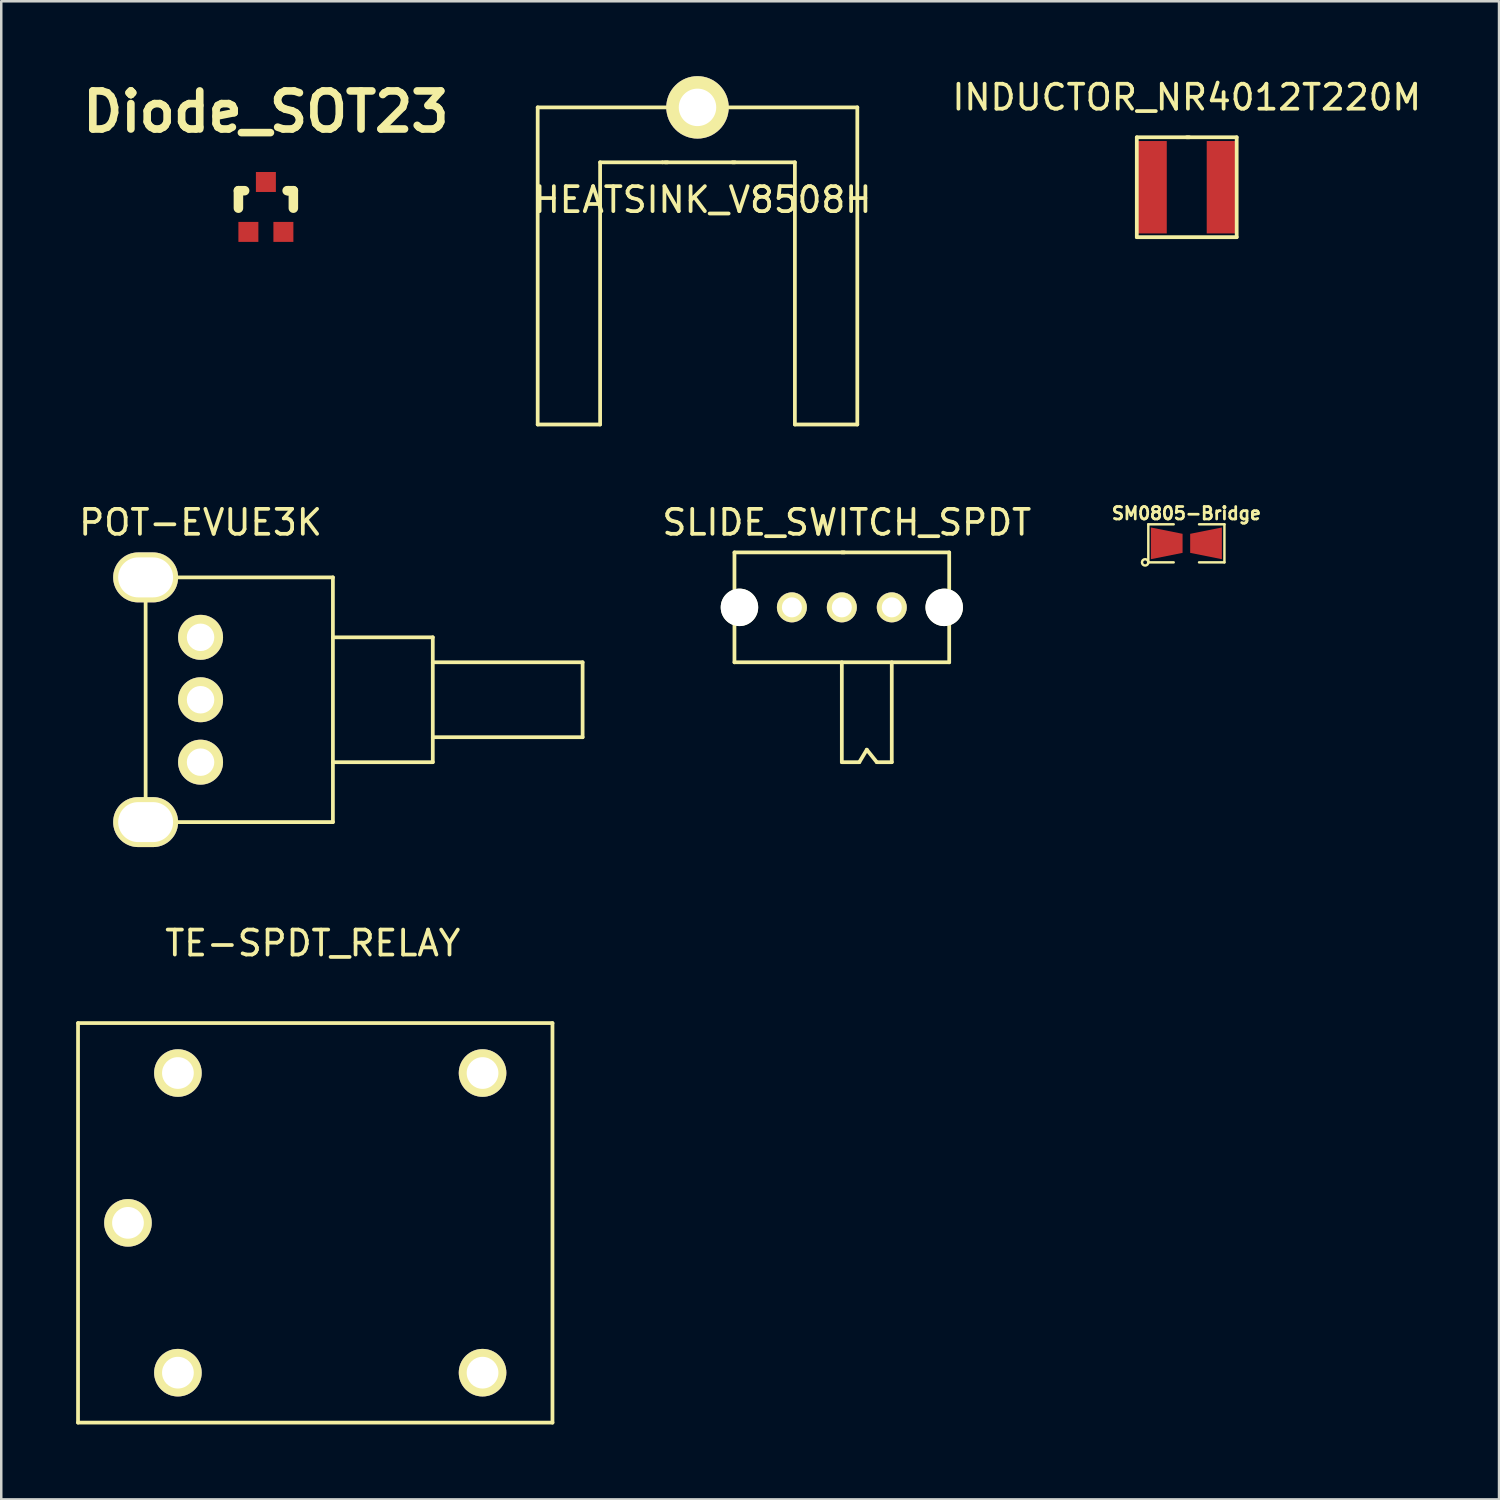
<source format=kicad_pcb>
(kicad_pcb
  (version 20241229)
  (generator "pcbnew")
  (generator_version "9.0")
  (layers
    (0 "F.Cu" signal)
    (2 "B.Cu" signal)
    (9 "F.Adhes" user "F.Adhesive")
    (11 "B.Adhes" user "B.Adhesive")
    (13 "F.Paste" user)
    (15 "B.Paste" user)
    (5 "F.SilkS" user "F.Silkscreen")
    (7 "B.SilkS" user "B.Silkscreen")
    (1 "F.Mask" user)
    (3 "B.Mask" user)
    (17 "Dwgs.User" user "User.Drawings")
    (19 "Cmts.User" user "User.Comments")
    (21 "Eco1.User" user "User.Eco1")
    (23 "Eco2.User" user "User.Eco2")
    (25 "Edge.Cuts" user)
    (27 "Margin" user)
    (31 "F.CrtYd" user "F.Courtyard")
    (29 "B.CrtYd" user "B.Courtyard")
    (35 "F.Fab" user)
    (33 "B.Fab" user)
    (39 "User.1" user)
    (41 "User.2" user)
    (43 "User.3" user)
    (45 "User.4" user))
  (footprint "Diode_SOT23"
    (layer "F.Cu")
    (at 7.598 5.236)
    (property "Reference" "Diode_SOT23" (at 0 -3.81 0) (layer "F.SilkS") (effects (font (size 1.524 1.524) (thickness 0.305))))
    (attr smd)
    (fp_line (start -1.1 -0.65) (end -0.851 -0.65) (stroke (width 0.381) (type solid)) (layer "F.SilkS"))
    (fp_line (start -1.1 0.051) (end -1.1 -0.65) (stroke (width 0.381) (type solid)) (layer "F.SilkS"))
    (fp_line (start 0.899 -0.65) (end 0.851 -0.65) (stroke (width 0.381) (type solid)) (layer "F.SilkS"))
    (fp_line (start 0.899 -0.65) (end 1.1 -0.65) (stroke (width 0.381) (type solid)) (layer "F.SilkS"))
    (fp_line (start 1.1 -0.65) (end 1.1 0.051) (stroke (width 0.381) (type solid)) (layer "F.SilkS"))
    (pad "1" smd rect (at -0.701 1.001) (size 0.8 0.8) (layers "F.Cu" "F.Mask" "F.Paste"))
    (pad "2" smd rect (at 0 -0.998) (size 0.8 0.8) (layers "F.Cu" "F.Mask" "F.Paste"))
    (pad "3" smd rect (at 0.701 1.001) (size 0.8 0.8) (layers "F.Cu" "F.Mask" "F.Paste")))
  (footprint "SLIDE_SWITCH_SPDT"
    (layer "F.Cu")
    (at 30.663 21.273)
    (property "Reference" "SLIDE_SWITCH_SPDT" (at 0.2 -3.4 0) (layer "F.SilkS") (effects (font (size 1 1) (thickness 0.15))))
    (attr through_hole)
    (fp_line (start -4.3 -2.2) (end 0.1 -2.2) (stroke (width 0.15) (type solid)) (layer "F.SilkS"))
    (fp_line (start -4.3 2.2) (end -4.3 -2.2) (stroke (width 0.15) (type solid)) (layer "F.SilkS"))
    (fp_line (start 0 -2.2) (end 4.3 -2.2) (stroke (width 0.15) (type solid)) (layer "F.SilkS"))
    (fp_line (start 0 2.2) (end 0 6.2) (stroke (width 0.15) (type solid)) (layer "F.SilkS"))
    (fp_line (start 0.7 6.2) (end 0 6.2) (stroke (width 0.15) (type solid)) (layer "F.SilkS"))
    (fp_line (start 1 5.7) (end 0.7 6.2) (stroke (width 0.15) (type solid)) (layer "F.SilkS"))
    (fp_line (start 1.4 6.2) (end 1 5.7) (stroke (width 0.15) (type solid)) (layer "F.SilkS"))
    (fp_line (start 2 2.2) (end 2 6.2) (stroke (width 0.15) (type solid)) (layer "F.SilkS"))
    (fp_line (start 2 6.2) (end 1.4 6.2) (stroke (width 0.15) (type solid)) (layer "F.SilkS"))
    (fp_line (start 4.3 -2.2) (end 4.3 2.2) (stroke (width 0.15) (type solid)) (layer "F.SilkS"))
    (fp_line (start 4.3 2.2) (end -4.3 2.2) (stroke (width 0.15) (type solid)) (layer "F.SilkS"))
    (pad "" np_thru_hole circle (at -4.1 0) (size 1.5 1.5) (drill 1.5) (layers "*.Cu" "*.Mask" "F.SilkS"))
    (pad "" np_thru_hole circle (at 4.1 0) (size 1.5 1.5) (drill 1.5) (layers "*.Cu" "*.Mask" "F.SilkS"))
    (pad "1" thru_hole circle (at -2 0) (size 1.2 1.2) (drill 0.8) (layers "*.Cu" "*.Mask" "F.SilkS"))
    (pad "2" thru_hole circle (at 0 0) (size 1.2 1.2) (drill 0.8) (layers "*.Cu" "*.Mask" "F.SilkS"))
    (pad "3" thru_hole circle (at 2 0) (size 1.2 1.2) (drill 0.8) (layers "*.Cu" "*.Mask" "F.SilkS")))
  (footprint "HEATSINK_V8508H"
    (layer "F.Cu")
    (at 24.883 1.25)
    (property "Reference" "HEATSINK_V8508H" (at 0.2 3.7 0) (layer "F.SilkS") (effects (font (size 1 1) (thickness 0.15))))
    (attr through_hole)
    (fp_line (start -6.4 0) (end 0.1 0) (stroke (width 0.15) (type solid)) (layer "F.SilkS"))
    (fp_line (start -6.4 12.7) (end -6.4 0) (stroke (width 0.15) (type solid)) (layer "F.SilkS"))
    (fp_line (start -6.4 12.7) (end -3.9 12.7) (stroke (width 0.15) (type solid)) (layer "F.SilkS"))
    (fp_line (start -3.9 2.2) (end -1.4 2.2) (stroke (width 0.15) (type solid)) (layer "F.SilkS"))
    (fp_line (start -3.9 12.7) (end -3.9 2.2) (stroke (width 0.15) (type solid)) (layer "F.SilkS"))
    (fp_line (start -1.4 2.2) (end -1.2 2.2) (stroke (width 0.15) (type solid)) (layer "F.SilkS"))
    (fp_line (start -1.3 2.2) (end 1.5 2.2) (stroke (width 0.15) (type solid)) (layer "F.SilkS"))
    (fp_line (start 0 0) (end 6.4 0) (stroke (width 0.15) (type solid)) (layer "F.SilkS"))
    (fp_line (start 3.9 2.2) (end 1.4 2.2) (stroke (width 0.15) (type solid)) (layer "F.SilkS"))
    (fp_line (start 3.9 12.7) (end 3.9 2.2) (stroke (width 0.15) (type solid)) (layer "F.SilkS"))
    (fp_line (start 6.4 0) (end 6.4 12.7) (stroke (width 0.15) (type solid)) (layer "F.SilkS"))
    (fp_line (start 6.4 12.7) (end 3.9 12.7) (stroke (width 0.15) (type solid)) (layer "F.SilkS"))
    (pad "1" thru_hole circle (at 0 0) (size 2.5 2.5) (drill 1.5) (layers "*.Cu" "*.Mask" "F.SilkS")))
  (footprint "INDUCTOR_NR4012T220M"
    (layer "F.Cu")
    (at 44.476 4.448)
    (property "Reference" "INDUCTOR_NR4012T220M" (at 0 -3.6 0) (layer "F.SilkS") (effects (font (size 1 1) (thickness 0.15))))
    (attr through_hole)
    (fp_line (start -2 -2) (end 0.1 -2) (stroke (width 0.15) (type solid)) (layer "F.SilkS"))
    (fp_line (start -2 2) (end -2 -2) (stroke (width 0.15) (type solid)) (layer "F.SilkS"))
    (fp_line (start 0 -2) (end 2 -2) (stroke (width 0.15) (type solid)) (layer "F.SilkS"))
    (fp_line (start 2 -2) (end 2 2) (stroke (width 0.15) (type solid)) (layer "F.SilkS"))
    (fp_line (start 2 2) (end -2 2) (stroke (width 0.15) (type solid)) (layer "F.SilkS"))
    (pad "1" smd rect (at -1.4 0) (size 1.2 3.7) (layers "F.Cu" "F.Mask" "F.Paste"))
    (pad "2" smd rect (at 1.4 0) (size 1.2 3.7) (layers "F.Cu" "F.Mask" "F.Paste")))
  (footprint "SM0805-Bridge"
    (layer "F.Cu")
    (at 44.461 18.709)
    (property "Reference" "SM0805-Bridge" (at 0 -1.2 0) (layer "F.SilkS") (effects (font (size 0.5 0.5) (thickness 0.109))))
    (attr smd)
    (fp_line (start -1.524 -0.762) (end -0.508 -0.762) (stroke (width 0.099) (type solid)) (layer "F.SilkS"))
    (fp_line (start -1.524 0.762) (end -1.524 -0.762) (stroke (width 0.099) (type solid)) (layer "F.SilkS"))
    (fp_line (start -0.508 0.762) (end -1.524 0.762) (stroke (width 0.099) (type solid)) (layer "F.SilkS"))
    (fp_line (start 0.508 -0.762) (end 1.524 -0.762) (stroke (width 0.099) (type solid)) (layer "F.SilkS"))
    (fp_line (start 1.524 -0.762) (end 1.524 0.762) (stroke (width 0.099) (type solid)) (layer "F.SilkS"))
    (fp_line (start 1.524 0.762) (end 0.508 0.762) (stroke (width 0.099) (type solid)) (layer "F.SilkS"))
    (fp_circle (center -1.651 0.762) (end -1.651 0.635) (stroke (width 0.099) (type solid)) (fill no) (layer "F.SilkS"))
    (pad "1" smd trapezoid (at -0.787 0) (size 1.27 1.016) (rect_delta 0.254 0) (layers "F.Cu" "F.Mask" "F.Paste"))
    (pad "2" smd trapezoid (at 0.787 0 180) (size 1.27 1.016) (rect_delta 0.254 0) (layers "F.Cu" "F.Mask" "F.Paste")))
  (footprint "TE-SPDT_RELAY"
    (layer "F.Cu")
    (at 2.075 45.922)
    (property "Reference" "TE-SPDT_RELAY" (at 7.4 -11.2 0) (layer "F.SilkS") (effects (font (size 1 1) (thickness 0.15))))
    (attr through_hole)
    (fp_line (start -2 -8) (end 17 -8) (stroke (width 0.15) (type solid)) (layer "F.SilkS"))
    (fp_line (start -2 8) (end -2 -8) (stroke (width 0.15) (type solid)) (layer "F.SilkS"))
    (fp_line (start 17 -8) (end 17 8) (stroke (width 0.15) (type solid)) (layer "F.SilkS"))
    (fp_line (start 17 8) (end -2 8) (stroke (width 0.15) (type solid)) (layer "F.SilkS"))
    (pad "1" thru_hole circle (at 0 0) (size 1.905 1.905) (drill 1.27) (layers "*.Cu" "*.Mask" "F.SilkS"))
    (pad "2" thru_hole circle (at 2 -6) (size 1.905 1.905) (drill 1.27) (layers "*.Cu" "*.Mask" "F.SilkS"))
    (pad "3" thru_hole circle (at 14.2 -6) (size 1.905 1.905) (drill 1.27) (layers "*.Cu" "*.Mask" "F.SilkS"))
    (pad "4" thru_hole circle (at 14.2 6) (size 1.905 1.905) (drill 1.27) (layers "*.Cu" "*.Mask" "F.SilkS"))
    (pad "5" thru_hole circle (at 2 6) (size 1.905 1.905) (drill 1.27) (layers "*.Cu" "*.Mask" "F.SilkS")))
  (footprint "POT-EVUE3K"
    (layer "F.Cu")
    (at 4.982 24.973)
    (property "Reference" "POT-EVUE3K" (at 0 -7.1 0) (layer "F.SilkS") (effects (font (size 1 1) (thickness 0.15))))
    (attr through_hole)
    (fp_line (start -2.2 -4.9) (end 5.3 -4.9) (stroke (width 0.15) (type solid)) (layer "F.SilkS"))
    (fp_line (start -2.2 4.9) (end -2.2 -4.9) (stroke (width 0.15) (type solid)) (layer "F.SilkS"))
    (fp_line (start 5.3 -4.9) (end 5.3 4.9) (stroke (width 0.15) (type solid)) (layer "F.SilkS"))
    (fp_line (start 5.3 -2.5) (end 9.3 -2.5) (stroke (width 0.15) (type solid)) (layer "F.SilkS"))
    (fp_line (start 5.3 4.9) (end -2.2 4.9) (stroke (width 0.15) (type solid)) (layer "F.SilkS"))
    (fp_line (start 9.3 -2.5) (end 9.3 2.5) (stroke (width 0.15) (type solid)) (layer "F.SilkS"))
    (fp_line (start 9.3 -1.5) (end 15.3 -1.5) (stroke (width 0.15) (type solid)) (layer "F.SilkS"))
    (fp_line (start 9.3 2.5) (end 5.3 2.5) (stroke (width 0.15) (type solid)) (layer "F.SilkS"))
    (fp_line (start 15.3 -1.5) (end 15.3 1.5) (stroke (width 0.15) (type solid)) (layer "F.SilkS"))
    (fp_line (start 15.3 1.5) (end 9.3 1.5) (stroke (width 0.15) (type solid)) (layer "F.SilkS"))
    (pad "" thru_hole oval (at -2.2 -4.9) (size 2.6 2) (drill oval 2.2 1.6) (layers "*.Cu" "*.Mask" "F.SilkS"))
    (pad "" thru_hole oval (at -2.2 4.9) (size 2.6 2) (drill oval 2.2 1.6) (layers "*.Cu" "*.Mask" "F.SilkS"))
    (pad "1" thru_hole circle (at 0 2.5) (size 1.8 1.8) (drill 1.1) (layers "*.Cu" "*.Mask" "F.SilkS"))
    (pad "2" thru_hole circle (at 0 0) (size 1.8 1.8) (drill 1.1) (layers "*.Cu" "*.Mask" "F.SilkS"))
    (pad "3" thru_hole circle (at 0 -2.5) (size 1.8 1.8) (drill 1.1) (layers "*.Cu" "*.Mask" "F.SilkS")))
  (gr_rect
    (start -3 -3)
    (end 56.982 56.996)
    (stroke (width 0.1) (type default))
    (fill no)
    (layer "Edge.Cuts")))
</source>
